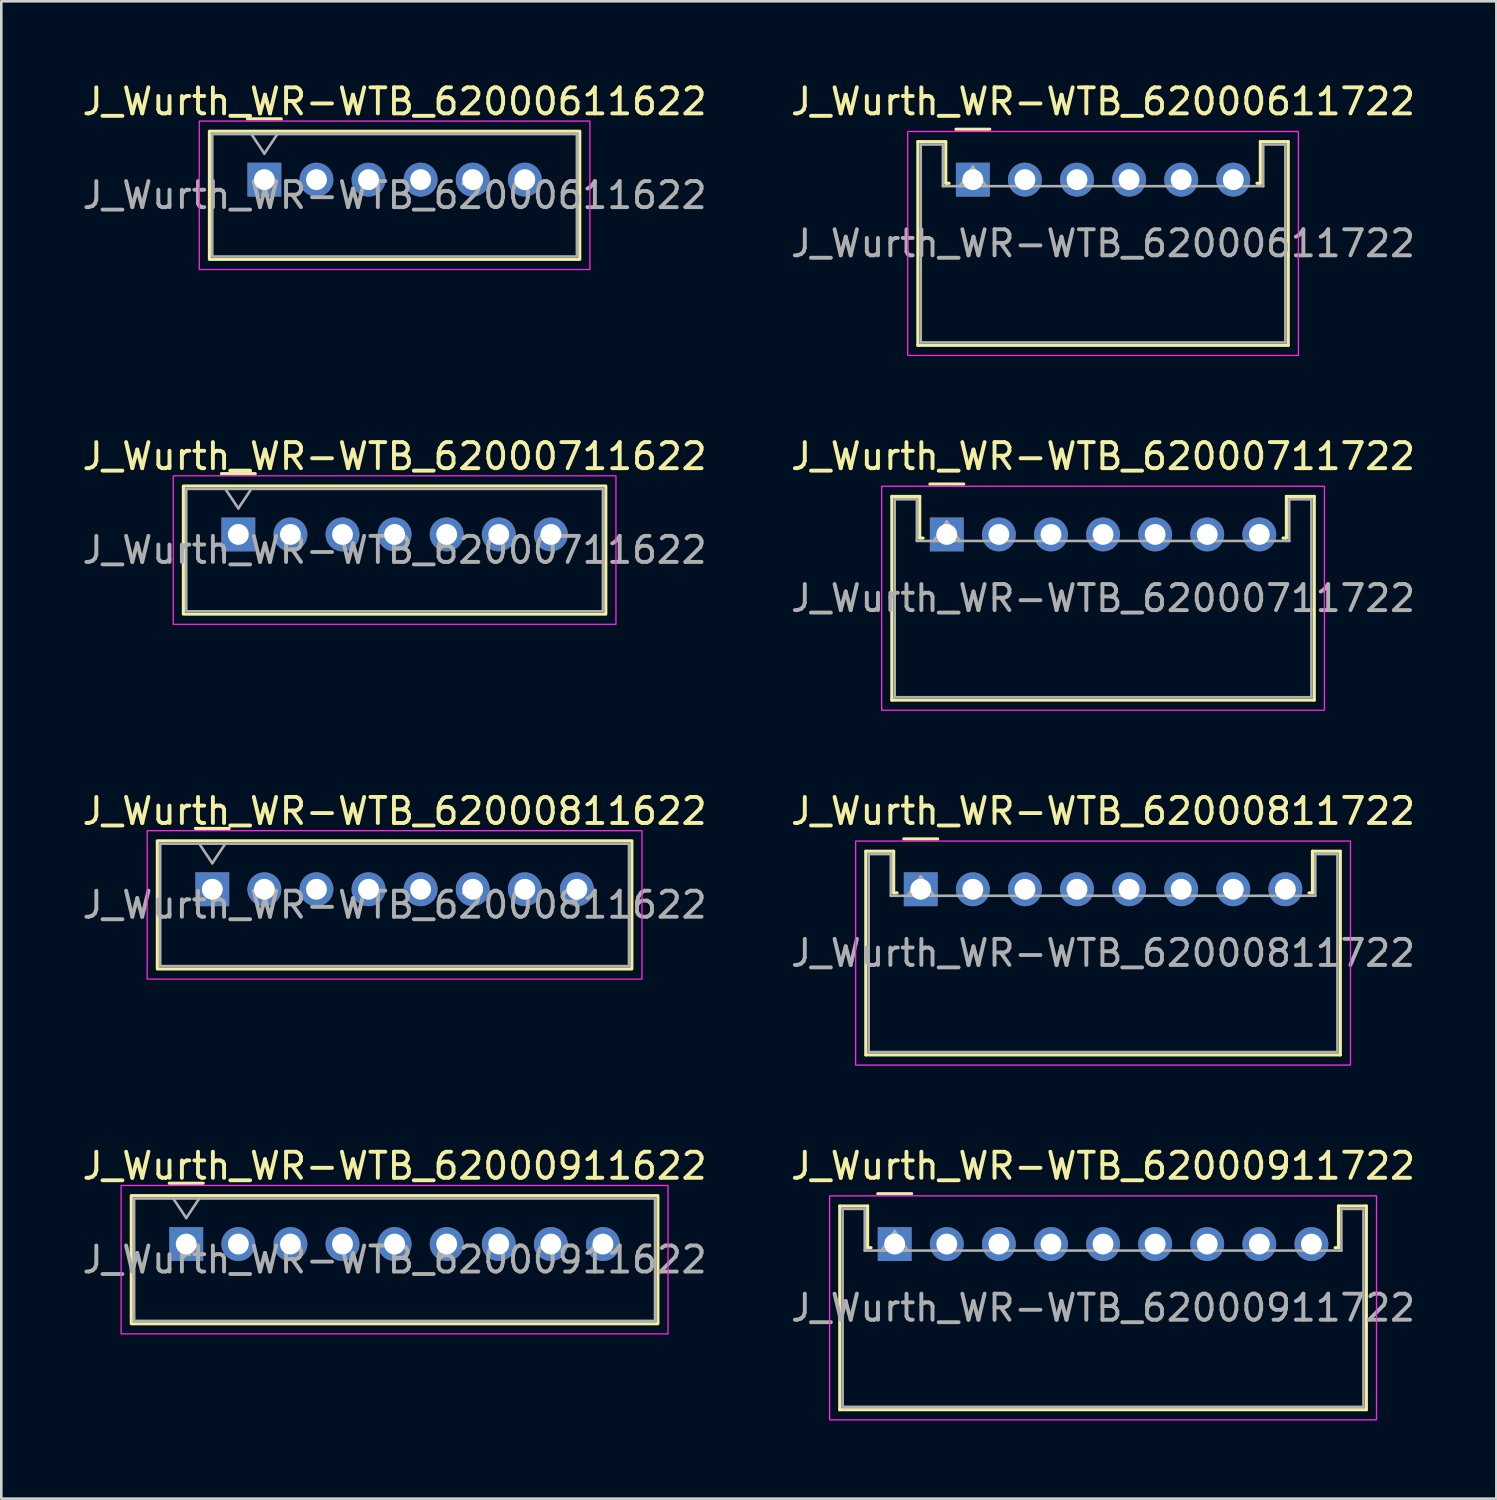
<source format=kicad_pcb>
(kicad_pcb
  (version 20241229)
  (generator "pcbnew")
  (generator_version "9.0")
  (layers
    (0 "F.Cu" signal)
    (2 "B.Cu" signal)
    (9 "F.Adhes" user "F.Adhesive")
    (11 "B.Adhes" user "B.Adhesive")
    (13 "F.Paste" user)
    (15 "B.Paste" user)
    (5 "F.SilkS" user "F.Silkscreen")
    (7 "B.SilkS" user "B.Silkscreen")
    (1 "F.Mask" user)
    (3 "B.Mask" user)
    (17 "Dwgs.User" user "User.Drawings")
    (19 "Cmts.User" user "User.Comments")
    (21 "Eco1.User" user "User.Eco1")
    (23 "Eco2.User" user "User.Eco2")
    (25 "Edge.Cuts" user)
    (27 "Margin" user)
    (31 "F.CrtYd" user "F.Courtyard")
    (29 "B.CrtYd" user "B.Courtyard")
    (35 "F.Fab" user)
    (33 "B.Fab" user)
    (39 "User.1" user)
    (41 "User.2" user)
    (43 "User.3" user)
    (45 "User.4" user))
  (footprint "J_Wurth_WR-WTB_62000611622"
    (layer "F.Cu")
    (at 7.101 3.848)
    (property "Reference" "J_Wurth_WR-WTB_62000611622" (at 5 -3 0) (unlocked yes) (layer "F.SilkS") (effects (font (size 1 1) (thickness 0.15))))
    (attr through_hole)
    (fp_line (start 0.65 -2.335) (end -0.65 -2.335) (stroke (width 0.12) (type solid)) (layer "F.SilkS"))
    (fp_rect (start -2.11 -1.86) (end 12.11 3.06) (stroke (width 0.12) (type solid)) (fill no) (layer "F.SilkS"))
    (fp_rect (start -2.5 -2.25) (end 12.5 3.45) (stroke (width 0.05) (type solid)) (fill no) (layer "F.CrtYd"))
    (fp_line (start 0 -1) (end -0.5 -1.75) (stroke (width 0.1) (type solid)) (layer "F.Fab"))
    (fp_line (start 0 -1) (end 0.5 -1.75) (stroke (width 0.1) (type solid)) (layer "F.Fab"))
    (fp_rect (start -2 -1.75) (end 12 2.95) (stroke (width 0.1) (type solid)) (fill no) (layer "F.Fab"))
    (fp_text user "${REFERENCE}" (at 5 0.6 0) (unlocked yes) (layer "F.Fab") (effects (font (size 1 1) (thickness 0.15))))
    (pad "1" thru_hole rect (at 0 0 180) (size 1.3 1.3) (drill 0.8) (layers "*.Cu" "*.Mask"))
    (pad "2" thru_hole circle (at 2 0 180) (size 1.3 1.3) (drill 0.8) (layers "*.Cu" "*.Mask"))
    (pad "3" thru_hole circle (at 4 0 180) (size 1.3 1.3) (drill 0.8) (layers "*.Cu" "*.Mask"))
    (pad "4" thru_hole circle (at 6 0 180) (size 1.3 1.3) (drill 0.8) (layers "*.Cu" "*.Mask"))
    (pad "5" thru_hole circle (at 8 0 180) (size 1.3 1.3) (drill 0.8) (layers "*.Cu" "*.Mask"))
    (pad "6" thru_hole circle (at 10 0 180) (size 1.3 1.3) (drill 0.8) (layers "*.Cu" "*.Mask")))
  (footprint "J_Wurth_WR-WTB_62000711622"
    (layer "F.Cu")
    (at 6.101 17.471)
    (property "Reference" "J_Wurth_WR-WTB_62000711622" (at 6 -3 0) (unlocked yes) (layer "F.SilkS") (effects (font (size 1 1) (thickness 0.15))))
    (attr through_hole)
    (fp_line (start 0.65 -2.335) (end -0.65 -2.335) (stroke (width 0.12) (type solid)) (layer "F.SilkS"))
    (fp_rect (start -2.11 -1.86) (end 14.11 3.06) (stroke (width 0.12) (type solid)) (fill no) (layer "F.SilkS"))
    (fp_rect (start -2.5 -2.25) (end 14.5 3.45) (stroke (width 0.05) (type solid)) (fill no) (layer "F.CrtYd"))
    (fp_line (start 0 -1) (end -0.5 -1.75) (stroke (width 0.1) (type solid)) (layer "F.Fab"))
    (fp_line (start 0 -1) (end 0.5 -1.75) (stroke (width 0.1) (type solid)) (layer "F.Fab"))
    (fp_rect (start -2 -1.75) (end 14 2.95) (stroke (width 0.1) (type solid)) (fill no) (layer "F.Fab"))
    (fp_text user "${REFERENCE}" (at 6 0.6 0) (unlocked yes) (layer "F.Fab") (effects (font (size 1 1) (thickness 0.15))))
    (pad "1" thru_hole rect (at 0 0 180) (size 1.3 1.3) (drill 0.8) (layers "*.Cu" "*.Mask"))
    (pad "2" thru_hole circle (at 2 0 180) (size 1.3 1.3) (drill 0.8) (layers "*.Cu" "*.Mask"))
    (pad "3" thru_hole circle (at 4 0 180) (size 1.3 1.3) (drill 0.8) (layers "*.Cu" "*.Mask"))
    (pad "4" thru_hole circle (at 6 0 180) (size 1.3 1.3) (drill 0.8) (layers "*.Cu" "*.Mask"))
    (pad "5" thru_hole circle (at 8 0 180) (size 1.3 1.3) (drill 0.8) (layers "*.Cu" "*.Mask"))
    (pad "6" thru_hole circle (at 10 0 180) (size 1.3 1.3) (drill 0.8) (layers "*.Cu" "*.Mask"))
    (pad "7" thru_hole circle (at 12 0 180) (size 1.3 1.3) (drill 0.8) (layers "*.Cu" "*.Mask")))
  (footprint "J_Wurth_WR-WTB_62000711722"
    (layer "F.Cu")
    (at 33.304 17.471)
    (property "Reference" "J_Wurth_WR-WTB_62000711722" (at 6 -3 0) (unlocked yes) (layer "F.SilkS") (effects (font (size 1 1) (thickness 0.15))))
    (attr through_hole)
    (fp_line (start -2.11 -1.46) (end -1.04 -1.46) (stroke (width 0.12) (type solid)) (layer "F.SilkS"))
    (fp_line (start -2.11 6.36) (end -2.11 -1.46) (stroke (width 0.12) (type default)) (layer "F.SilkS"))
    (fp_line (start -1.04 -1.46) (end -1.04 0.14) (stroke (width 0.12) (type solid)) (layer "F.SilkS"))
    (fp_line (start -1.04 0.14) (end -0.91 0.14) (stroke (width 0.12) (type solid)) (layer "F.SilkS"))
    (fp_line (start 0.65 -1.935) (end -0.65 -1.935) (stroke (width 0.12) (type solid)) (layer "F.SilkS"))
    (fp_line (start 12.91 0.14) (end 13.04 0.14) (stroke (width 0.12) (type solid)) (layer "F.SilkS"))
    (fp_line (start 13.04 -1.46) (end 13.04 0.14) (stroke (width 0.12) (type solid)) (layer "F.SilkS"))
    (fp_line (start 14.11 -1.46) (end 13.04 -1.46) (stroke (width 0.12) (type solid)) (layer "F.SilkS"))
    (fp_line (start 14.11 -1.46) (end 14.11 6.36) (stroke (width 0.12) (type default)) (layer "F.SilkS"))
    (fp_line (start 14.11 6.36) (end -2.11 6.36) (stroke (width 0.12) (type default)) (layer "F.SilkS"))
    (fp_rect (start -2.5 -1.85) (end 14.5 6.75) (stroke (width 0.05) (type solid)) (fill no) (layer "F.CrtYd"))
    (fp_line (start -2 -1.35) (end -1.15 -1.35) (stroke (width 0.1) (type solid)) (layer "F.Fab"))
    (fp_line (start -2 6.25) (end -2 -1.35) (stroke (width 0.1) (type default)) (layer "F.Fab"))
    (fp_line (start -1.15 -1.35) (end -1.15 0.25) (stroke (width 0.1) (type solid)) (layer "F.Fab"))
    (fp_line (start -1.15 0.25) (end 13.15 0.25) (stroke (width 0.1) (type solid)) (layer "F.Fab"))
    (fp_line (start 0 -0.5) (end -0.5 0.25) (stroke (width 0.1) (type solid)) (layer "F.Fab"))
    (fp_line (start 0 -0.5) (end 0.5 0.25) (stroke (width 0.1) (type solid)) (layer "F.Fab"))
    (fp_line (start 13.15 -1.35) (end 13.15 0.25) (stroke (width 0.1) (type solid)) (layer "F.Fab"))
    (fp_line (start 14 -1.35) (end 13.15 -1.35) (stroke (width 0.1) (type solid)) (layer "F.Fab"))
    (fp_line (start 14 -1.35) (end 14 6.25) (stroke (width 0.1) (type default)) (layer "F.Fab"))
    (fp_line (start 14 6.25) (end -2 6.25) (stroke (width 0.1) (type default)) (layer "F.Fab"))
    (fp_text user "${REFERENCE}" (at 6 2.45 0) (unlocked yes) (layer "F.Fab") (effects (font (size 1 1) (thickness 0.15))))
    (pad "1" thru_hole rect (at 0 0) (size 1.3 1.3) (drill 0.8) (layers "*.Cu" "*.Mask"))
    (pad "2" thru_hole circle (at 2 0) (size 1.3 1.3) (drill 0.8) (layers "*.Cu" "*.Mask"))
    (pad "3" thru_hole circle (at 4 0) (size 1.3 1.3) (drill 0.8) (layers "*.Cu" "*.Mask"))
    (pad "4" thru_hole circle (at 6 0) (size 1.3 1.3) (drill 0.8) (layers "*.Cu" "*.Mask"))
    (pad "5" thru_hole circle (at 8 0) (size 1.3 1.3) (drill 0.8) (layers "*.Cu" "*.Mask"))
    (pad "6" thru_hole circle (at 10 0) (size 1.3 1.3) (drill 0.8) (layers "*.Cu" "*.Mask"))
    (pad "7" thru_hole circle (at 12 0) (size 1.3 1.3) (drill 0.8) (layers "*.Cu" "*.Mask")))
  (footprint "J_Wurth_WR-WTB_62000811622"
    (layer "F.Cu")
    (at 5.101 31.095)
    (property "Reference" "J_Wurth_WR-WTB_62000811622" (at 7 -3 0) (unlocked yes) (layer "F.SilkS") (effects (font (size 1 1) (thickness 0.15))))
    (attr through_hole)
    (fp_line (start 0.65 -2.335) (end -0.65 -2.335) (stroke (width 0.12) (type solid)) (layer "F.SilkS"))
    (fp_rect (start -2.11 -1.86) (end 16.11 3.06) (stroke (width 0.12) (type solid)) (fill no) (layer "F.SilkS"))
    (fp_rect (start -2.5 -2.25) (end 16.5 3.45) (stroke (width 0.05) (type solid)) (fill no) (layer "F.CrtYd"))
    (fp_line (start 0 -1) (end -0.5 -1.75) (stroke (width 0.1) (type solid)) (layer "F.Fab"))
    (fp_line (start 0 -1) (end 0.5 -1.75) (stroke (width 0.1) (type solid)) (layer "F.Fab"))
    (fp_rect (start -2 -1.75) (end 16 2.95) (stroke (width 0.1) (type solid)) (fill no) (layer "F.Fab"))
    (fp_text user "${REFERENCE}" (at 7 0.6 0) (unlocked yes) (layer "F.Fab") (effects (font (size 1 1) (thickness 0.15))))
    (pad "1" thru_hole rect (at 0 0 180) (size 1.3 1.3) (drill 0.8) (layers "*.Cu" "*.Mask"))
    (pad "2" thru_hole circle (at 2 0 180) (size 1.3 1.3) (drill 0.8) (layers "*.Cu" "*.Mask"))
    (pad "3" thru_hole circle (at 4 0 180) (size 1.3 1.3) (drill 0.8) (layers "*.Cu" "*.Mask"))
    (pad "4" thru_hole circle (at 6 0 180) (size 1.3 1.3) (drill 0.8) (layers "*.Cu" "*.Mask"))
    (pad "5" thru_hole circle (at 8 0 180) (size 1.3 1.3) (drill 0.8) (layers "*.Cu" "*.Mask"))
    (pad "6" thru_hole circle (at 10 0 180) (size 1.3 1.3) (drill 0.8) (layers "*.Cu" "*.Mask"))
    (pad "7" thru_hole circle (at 12 0 180) (size 1.3 1.3) (drill 0.8) (layers "*.Cu" "*.Mask"))
    (pad "8" thru_hole circle (at 14 0 180) (size 1.3 1.3) (drill 0.8) (layers "*.Cu" "*.Mask")))
  (footprint "J_Wurth_WR-WTB_62000811722"
    (layer "F.Cu")
    (at 32.304 31.095)
    (property "Reference" "J_Wurth_WR-WTB_62000811722" (at 7 -3 0) (unlocked yes) (layer "F.SilkS") (effects (font (size 1 1) (thickness 0.15))))
    (attr through_hole)
    (fp_line (start -2.11 -1.46) (end -1.04 -1.46) (stroke (width 0.12) (type solid)) (layer "F.SilkS"))
    (fp_line (start -2.11 6.36) (end -2.11 -1.46) (stroke (width 0.12) (type default)) (layer "F.SilkS"))
    (fp_line (start -1.04 -1.46) (end -1.04 0.14) (stroke (width 0.12) (type solid)) (layer "F.SilkS"))
    (fp_line (start -1.04 0.14) (end -0.91 0.14) (stroke (width 0.12) (type solid)) (layer "F.SilkS"))
    (fp_line (start 0.65 -1.935) (end -0.65 -1.935) (stroke (width 0.12) (type solid)) (layer "F.SilkS"))
    (fp_line (start 14.91 0.14) (end 15.04 0.14) (stroke (width 0.12) (type solid)) (layer "F.SilkS"))
    (fp_line (start 15.04 -1.46) (end 15.04 0.14) (stroke (width 0.12) (type solid)) (layer "F.SilkS"))
    (fp_line (start 16.11 -1.46) (end 15.04 -1.46) (stroke (width 0.12) (type solid)) (layer "F.SilkS"))
    (fp_line (start 16.11 -1.46) (end 16.11 6.36) (stroke (width 0.12) (type default)) (layer "F.SilkS"))
    (fp_line (start 16.11 6.36) (end -2.11 6.36) (stroke (width 0.12) (type default)) (layer "F.SilkS"))
    (fp_rect (start -2.5 -1.85) (end 16.5 6.75) (stroke (width 0.05) (type solid)) (fill no) (layer "F.CrtYd"))
    (fp_line (start -2 -1.35) (end -1.15 -1.35) (stroke (width 0.1) (type solid)) (layer "F.Fab"))
    (fp_line (start -2 6.25) (end -2 -1.35) (stroke (width 0.1) (type default)) (layer "F.Fab"))
    (fp_line (start -1.15 -1.35) (end -1.15 0.25) (stroke (width 0.1) (type solid)) (layer "F.Fab"))
    (fp_line (start -1.15 0.25) (end 15.15 0.25) (stroke (width 0.1) (type solid)) (layer "F.Fab"))
    (fp_line (start 0 -0.5) (end -0.5 0.25) (stroke (width 0.1) (type solid)) (layer "F.Fab"))
    (fp_line (start 0 -0.5) (end 0.5 0.25) (stroke (width 0.1) (type solid)) (layer "F.Fab"))
    (fp_line (start 15.15 -1.35) (end 15.15 0.25) (stroke (width 0.1) (type solid)) (layer "F.Fab"))
    (fp_line (start 16 -1.35) (end 15.15 -1.35) (stroke (width 0.1) (type solid)) (layer "F.Fab"))
    (fp_line (start 16 -1.35) (end 16 6.25) (stroke (width 0.1) (type default)) (layer "F.Fab"))
    (fp_line (start 16 6.25) (end -2 6.25) (stroke (width 0.1) (type default)) (layer "F.Fab"))
    (fp_text user "${REFERENCE}" (at 7 2.45 0) (unlocked yes) (layer "F.Fab") (effects (font (size 1 1) (thickness 0.15))))
    (pad "1" thru_hole rect (at 0 0) (size 1.3 1.3) (drill 0.8) (layers "*.Cu" "*.Mask"))
    (pad "2" thru_hole circle (at 2 0) (size 1.3 1.3) (drill 0.8) (layers "*.Cu" "*.Mask"))
    (pad "3" thru_hole circle (at 4 0) (size 1.3 1.3) (drill 0.8) (layers "*.Cu" "*.Mask"))
    (pad "4" thru_hole circle (at 6 0) (size 1.3 1.3) (drill 0.8) (layers "*.Cu" "*.Mask"))
    (pad "5" thru_hole circle (at 8 0) (size 1.3 1.3) (drill 0.8) (layers "*.Cu" "*.Mask"))
    (pad "6" thru_hole circle (at 10 0) (size 1.3 1.3) (drill 0.8) (layers "*.Cu" "*.Mask"))
    (pad "7" thru_hole circle (at 12 0) (size 1.3 1.3) (drill 0.8) (layers "*.Cu" "*.Mask"))
    (pad "8" thru_hole circle (at 14 0) (size 1.3 1.3) (drill 0.8) (layers "*.Cu" "*.Mask")))
  (footprint "J_Wurth_WR-WTB_62000911622"
    (layer "F.Cu")
    (at 4.101 44.718)
    (property "Reference" "J_Wurth_WR-WTB_62000911622" (at 8 -3 0) (unlocked yes) (layer "F.SilkS") (effects (font (size 1 1) (thickness 0.15))))
    (attr through_hole)
    (fp_line (start 0.65 -2.335) (end -0.65 -2.335) (stroke (width 0.12) (type solid)) (layer "F.SilkS"))
    (fp_rect (start -2.11 -1.86) (end 18.11 3.06) (stroke (width 0.12) (type solid)) (fill no) (layer "F.SilkS"))
    (fp_rect (start -2.5 -2.25) (end 18.5 3.45) (stroke (width 0.05) (type solid)) (fill no) (layer "F.CrtYd"))
    (fp_line (start 0 -1) (end -0.5 -1.75) (stroke (width 0.1) (type solid)) (layer "F.Fab"))
    (fp_line (start 0 -1) (end 0.5 -1.75) (stroke (width 0.1) (type solid)) (layer "F.Fab"))
    (fp_rect (start -2 -1.75) (end 18 2.95) (stroke (width 0.1) (type solid)) (fill no) (layer "F.Fab"))
    (fp_text user "${REFERENCE}" (at 8 0.6 0) (unlocked yes) (layer "F.Fab") (effects (font (size 1 1) (thickness 0.15))))
    (pad "1" thru_hole rect (at 0 0 180) (size 1.3 1.3) (drill 0.8) (layers "*.Cu" "*.Mask"))
    (pad "2" thru_hole circle (at 2 0 180) (size 1.3 1.3) (drill 0.8) (layers "*.Cu" "*.Mask"))
    (pad "3" thru_hole circle (at 4 0 180) (size 1.3 1.3) (drill 0.8) (layers "*.Cu" "*.Mask"))
    (pad "4" thru_hole circle (at 6 0 180) (size 1.3 1.3) (drill 0.8) (layers "*.Cu" "*.Mask"))
    (pad "5" thru_hole circle (at 8 0 180) (size 1.3 1.3) (drill 0.8) (layers "*.Cu" "*.Mask"))
    (pad "6" thru_hole circle (at 10 0 180) (size 1.3 1.3) (drill 0.8) (layers "*.Cu" "*.Mask"))
    (pad "7" thru_hole circle (at 12 0 180) (size 1.3 1.3) (drill 0.8) (layers "*.Cu" "*.Mask"))
    (pad "8" thru_hole circle (at 14 0 180) (size 1.3 1.3) (drill 0.8) (layers "*.Cu" "*.Mask"))
    (pad "9" thru_hole circle (at 16 0 180) (size 1.3 1.3) (drill 0.8) (layers "*.Cu" "*.Mask")))
  (footprint "J_Wurth_WR-WTB_62000911722"
    (layer "F.Cu")
    (at 31.304 44.718)
    (property "Reference" "J_Wurth_WR-WTB_62000911722" (at 8 -3 0) (unlocked yes) (layer "F.SilkS") (effects (font (size 1 1) (thickness 0.15))))
    (attr through_hole)
    (fp_line (start -2.11 -1.46) (end -1.04 -1.46) (stroke (width 0.12) (type solid)) (layer "F.SilkS"))
    (fp_line (start -2.11 6.36) (end -2.11 -1.46) (stroke (width 0.12) (type default)) (layer "F.SilkS"))
    (fp_line (start -1.04 -1.46) (end -1.04 0.14) (stroke (width 0.12) (type solid)) (layer "F.SilkS"))
    (fp_line (start -1.04 0.14) (end -0.91 0.14) (stroke (width 0.12) (type solid)) (layer "F.SilkS"))
    (fp_line (start 0.65 -1.935) (end -0.65 -1.935) (stroke (width 0.12) (type solid)) (layer "F.SilkS"))
    (fp_line (start 16.91 0.14) (end 17.04 0.14) (stroke (width 0.12) (type solid)) (layer "F.SilkS"))
    (fp_line (start 17.04 -1.46) (end 17.04 0.14) (stroke (width 0.12) (type solid)) (layer "F.SilkS"))
    (fp_line (start 18.11 -1.46) (end 17.04 -1.46) (stroke (width 0.12) (type solid)) (layer "F.SilkS"))
    (fp_line (start 18.11 -1.46) (end 18.11 6.36) (stroke (width 0.12) (type default)) (layer "F.SilkS"))
    (fp_line (start 18.11 6.36) (end -2.11 6.36) (stroke (width 0.12) (type default)) (layer "F.SilkS"))
    (fp_rect (start -2.5 -1.85) (end 18.5 6.75) (stroke (width 0.05) (type solid)) (fill no) (layer "F.CrtYd"))
    (fp_line (start -2 -1.35) (end -1.15 -1.35) (stroke (width 0.1) (type solid)) (layer "F.Fab"))
    (fp_line (start -2 6.25) (end -2 -1.35) (stroke (width 0.1) (type default)) (layer "F.Fab"))
    (fp_line (start -1.15 -1.35) (end -1.15 0.25) (stroke (width 0.1) (type solid)) (layer "F.Fab"))
    (fp_line (start -1.15 0.25) (end 17.15 0.25) (stroke (width 0.1) (type solid)) (layer "F.Fab"))
    (fp_line (start 0 -0.5) (end -0.5 0.25) (stroke (width 0.1) (type solid)) (layer "F.Fab"))
    (fp_line (start 0 -0.5) (end 0.5 0.25) (stroke (width 0.1) (type solid)) (layer "F.Fab"))
    (fp_line (start 17.15 -1.35) (end 17.15 0.25) (stroke (width 0.1) (type solid)) (layer "F.Fab"))
    (fp_line (start 18 -1.35) (end 17.15 -1.35) (stroke (width 0.1) (type solid)) (layer "F.Fab"))
    (fp_line (start 18 -1.35) (end 18 6.25) (stroke (width 0.1) (type default)) (layer "F.Fab"))
    (fp_line (start 18 6.25) (end -2 6.25) (stroke (width 0.1) (type default)) (layer "F.Fab"))
    (fp_text user "${REFERENCE}" (at 8 2.45 0) (unlocked yes) (layer "F.Fab") (effects (font (size 1 1) (thickness 0.15))))
    (pad "1" thru_hole rect (at 0 0) (size 1.3 1.3) (drill 0.8) (layers "*.Cu" "*.Mask"))
    (pad "2" thru_hole circle (at 2 0) (size 1.3 1.3) (drill 0.8) (layers "*.Cu" "*.Mask"))
    (pad "3" thru_hole circle (at 4 0) (size 1.3 1.3) (drill 0.8) (layers "*.Cu" "*.Mask"))
    (pad "4" thru_hole circle (at 6 0) (size 1.3 1.3) (drill 0.8) (layers "*.Cu" "*.Mask"))
    (pad "5" thru_hole circle (at 8 0) (size 1.3 1.3) (drill 0.8) (layers "*.Cu" "*.Mask"))
    (pad "6" thru_hole circle (at 10 0) (size 1.3 1.3) (drill 0.8) (layers "*.Cu" "*.Mask"))
    (pad "7" thru_hole circle (at 12 0) (size 1.3 1.3) (drill 0.8) (layers "*.Cu" "*.Mask"))
    (pad "8" thru_hole circle (at 14 0) (size 1.3 1.3) (drill 0.8) (layers "*.Cu" "*.Mask"))
    (pad "9" thru_hole circle (at 16 0) (size 1.3 1.3) (drill 0.8) (layers "*.Cu" "*.Mask")))
  (footprint "J_Wurth_WR-WTB_62000611722"
    (layer "F.Cu")
    (at 34.304 3.848)
    (property "Reference" "J_Wurth_WR-WTB_62000611722" (at 5 -3 0) (unlocked yes) (layer "F.SilkS") (effects (font (size 1 1) (thickness 0.15))))
    (attr through_hole)
    (fp_line (start -2.11 -1.46) (end -1.04 -1.46) (stroke (width 0.12) (type solid)) (layer "F.SilkS"))
    (fp_line (start -2.11 6.36) (end -2.11 -1.46) (stroke (width 0.12) (type default)) (layer "F.SilkS"))
    (fp_line (start -1.04 -1.46) (end -1.04 0.14) (stroke (width 0.12) (type solid)) (layer "F.SilkS"))
    (fp_line (start -1.04 0.14) (end -0.91 0.14) (stroke (width 0.12) (type solid)) (layer "F.SilkS"))
    (fp_line (start 0.65 -1.935) (end -0.65 -1.935) (stroke (width 0.12) (type solid)) (layer "F.SilkS"))
    (fp_line (start 10.91 0.14) (end 11.04 0.14) (stroke (width 0.12) (type solid)) (layer "F.SilkS"))
    (fp_line (start 11.04 -1.46) (end 11.04 0.14) (stroke (width 0.12) (type solid)) (layer "F.SilkS"))
    (fp_line (start 12.11 -1.46) (end 11.04 -1.46) (stroke (width 0.12) (type solid)) (layer "F.SilkS"))
    (fp_line (start 12.11 -1.46) (end 12.11 6.36) (stroke (width 0.12) (type default)) (layer "F.SilkS"))
    (fp_line (start 12.11 6.36) (end -2.11 6.36) (stroke (width 0.12) (type default)) (layer "F.SilkS"))
    (fp_rect (start -2.5 -1.85) (end 12.5 6.75) (stroke (width 0.05) (type solid)) (fill no) (layer "F.CrtYd"))
    (fp_line (start -2 -1.35) (end -1.15 -1.35) (stroke (width 0.1) (type solid)) (layer "F.Fab"))
    (fp_line (start -2 6.25) (end -2 -1.35) (stroke (width 0.1) (type default)) (layer "F.Fab"))
    (fp_line (start -1.15 -1.35) (end -1.15 0.25) (stroke (width 0.1) (type solid)) (layer "F.Fab"))
    (fp_line (start -1.15 0.25) (end 11.15 0.25) (stroke (width 0.1) (type solid)) (layer "F.Fab"))
    (fp_line (start 0 -0.5) (end -0.5 0.25) (stroke (width 0.1) (type solid)) (layer "F.Fab"))
    (fp_line (start 0 -0.5) (end 0.5 0.25) (stroke (width 0.1) (type solid)) (layer "F.Fab"))
    (fp_line (start 11.15 -1.35) (end 11.15 0.25) (stroke (width 0.1) (type solid)) (layer "F.Fab"))
    (fp_line (start 12 -1.35) (end 11.15 -1.35) (stroke (width 0.1) (type solid)) (layer "F.Fab"))
    (fp_line (start 12 -1.35) (end 12 6.25) (stroke (width 0.1) (type default)) (layer "F.Fab"))
    (fp_line (start 12 6.25) (end -2 6.25) (stroke (width 0.1) (type default)) (layer "F.Fab"))
    (fp_text user "${REFERENCE}" (at 5 2.45 0) (unlocked yes) (layer "F.Fab") (effects (font (size 1 1) (thickness 0.15))))
    (pad "1" thru_hole rect (at 0 0) (size 1.3 1.3) (drill 0.8) (layers "*.Cu" "*.Mask"))
    (pad "2" thru_hole circle (at 2 0) (size 1.3 1.3) (drill 0.8) (layers "*.Cu" "*.Mask"))
    (pad "3" thru_hole circle (at 4 0) (size 1.3 1.3) (drill 0.8) (layers "*.Cu" "*.Mask"))
    (pad "4" thru_hole circle (at 6 0) (size 1.3 1.3) (drill 0.8) (layers "*.Cu" "*.Mask"))
    (pad "5" thru_hole circle (at 8 0) (size 1.3 1.3) (drill 0.8) (layers "*.Cu" "*.Mask"))
    (pad "6" thru_hole circle (at 10 0) (size 1.3 1.3) (drill 0.8) (layers "*.Cu" "*.Mask")))
  (gr_rect
    (start -3 -3)
    (end 54.405 54.493)
    (stroke (width 0.1) (type default))
    (fill no)
    (layer "Edge.Cuts")))
</source>
